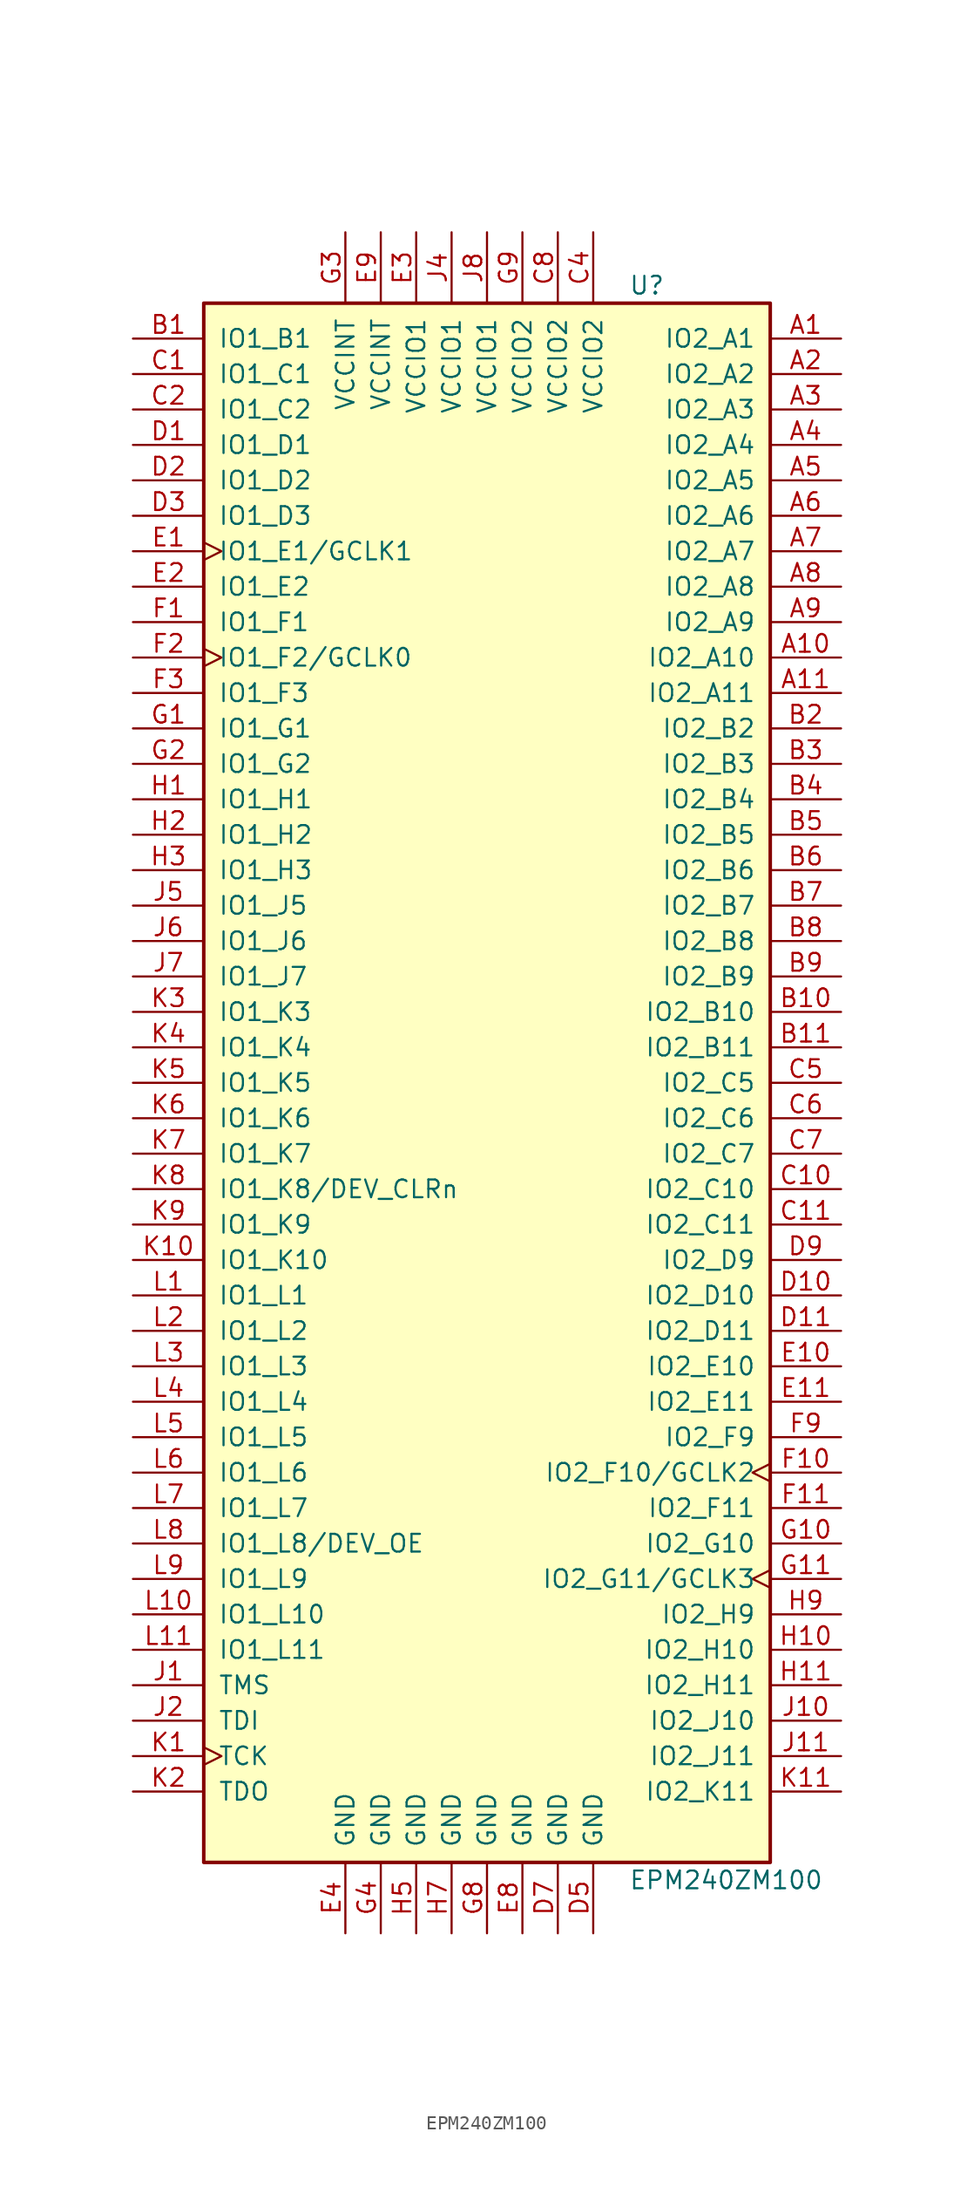
<source format=kicad_sym>
(kicad_symbol_lib
  (version 20241209)
  (generator "kicad_symbol_editor")
  (generator_version "9.0")
  (symbol "EPM240ZM100"
    (pin_names
      (offset 1.016))
    (property "Reference" "U"
      (at 10.16 57.15 0)
      (effects (font (size 1.27 1.27)) (justify left)))
    (property "Value" "EPM240ZM100"
      (at 10.16 -57.15 0)
      (effects (font (size 1.27 1.27)) (justify left)))
    (property "ki_locked" ""
      (at 0 0 0)
      (effects (font (size 1.27 1.27))))
    (symbol "EPM240ZM100_1_1"
      (rectangle (start -20.32 55.88) (end 20.32 -55.88) (stroke (width 0.254) (type default)) (fill (type background)))
      (pin bidirectional line (at -25.4 53.34 0) (length 5.08) (name "IO1_B1" (effects (font (size 1.27 1.27)))) (number "B1" (effects (font (size 1.27 1.27)))))
      (pin bidirectional line (at -25.4 50.8 0) (length 5.08) (name "IO1_C1" (effects (font (size 1.27 1.27)))) (number "C1" (effects (font (size 1.27 1.27)))))
      (pin bidirectional line (at -25.4 48.26 0) (length 5.08) (name "IO1_C2" (effects (font (size 1.27 1.27)))) (number "C2" (effects (font (size 1.27 1.27)))))
      (pin bidirectional line (at -25.4 45.72 0) (length 5.08) (name "IO1_D1" (effects (font (size 1.27 1.27)))) (number "D1" (effects (font (size 1.27 1.27)))))
      (pin bidirectional line (at -25.4 43.18 0) (length 5.08) (name "IO1_D2" (effects (font (size 1.27 1.27)))) (number "D2" (effects (font (size 1.27 1.27)))))
      (pin bidirectional line (at -25.4 40.64 0) (length 5.08) (name "IO1_D3" (effects (font (size 1.27 1.27)))) (number "D3" (effects (font (size 1.27 1.27)))))
      (pin bidirectional clock (at -25.4 38.1 0) (length 5.08) (name "IO1_E1/GCLK1" (effects (font (size 1.27 1.27)))) (number "E1" (effects (font (size 1.27 1.27)))))
      (pin bidirectional line (at -25.4 35.56 0) (length 5.08) (name "IO1_E2" (effects (font (size 1.27 1.27)))) (number "E2" (effects (font (size 1.27 1.27)))))
      (pin bidirectional line (at -25.4 33.02 0) (length 5.08) (name "IO1_F1" (effects (font (size 1.27 1.27)))) (number "F1" (effects (font (size 1.27 1.27)))))
      (pin bidirectional clock (at -25.4 30.48 0) (length 5.08) (name "IO1_F2/GCLK0" (effects (font (size 1.27 1.27)))) (number "F2" (effects (font (size 1.27 1.27)))))
      (pin bidirectional line (at -25.4 27.94 0) (length 5.08) (name "IO1_F3" (effects (font (size 1.27 1.27)))) (number "F3" (effects (font (size 1.27 1.27)))))
      (pin bidirectional line (at -25.4 25.4 0) (length 5.08) (name "IO1_G1" (effects (font (size 1.27 1.27)))) (number "G1" (effects (font (size 1.27 1.27)))))
      (pin bidirectional line (at -25.4 22.86 0) (length 5.08) (name "IO1_G2" (effects (font (size 1.27 1.27)))) (number "G2" (effects (font (size 1.27 1.27)))))
      (pin bidirectional line (at -25.4 20.32 0) (length 5.08) (name "IO1_H1" (effects (font (size 1.27 1.27)))) (number "H1" (effects (font (size 1.27 1.27)))))
      (pin bidirectional line (at -25.4 17.78 0) (length 5.08) (name "IO1_H2" (effects (font (size 1.27 1.27)))) (number "H2" (effects (font (size 1.27 1.27)))))
      (pin bidirectional line (at -25.4 15.24 0) (length 5.08) (name "IO1_H3" (effects (font (size 1.27 1.27)))) (number "H3" (effects (font (size 1.27 1.27)))))
      (pin bidirectional line (at -25.4 12.7 0) (length 5.08) (name "IO1_J5" (effects (font (size 1.27 1.27)))) (number "J5" (effects (font (size 1.27 1.27)))))
      (pin bidirectional line (at -25.4 10.16 0) (length 5.08) (name "IO1_J6" (effects (font (size 1.27 1.27)))) (number "J6" (effects (font (size 1.27 1.27)))))
      (pin bidirectional line (at -25.4 7.62 0) (length 5.08) (name "IO1_J7" (effects (font (size 1.27 1.27)))) (number "J7" (effects (font (size 1.27 1.27)))))
      (pin bidirectional line (at -25.4 5.08 0) (length 5.08) (name "IO1_K3" (effects (font (size 1.27 1.27)))) (number "K3" (effects (font (size 1.27 1.27)))))
      (pin bidirectional line (at -25.4 2.54 0) (length 5.08) (name "IO1_K4" (effects (font (size 1.27 1.27)))) (number "K4" (effects (font (size 1.27 1.27)))))
      (pin bidirectional line (at -25.4 0 0) (length 5.08) (name "IO1_K5" (effects (font (size 1.27 1.27)))) (number "K5" (effects (font (size 1.27 1.27)))))
      (pin bidirectional line (at -25.4 -2.54 0) (length 5.08) (name "IO1_K6" (effects (font (size 1.27 1.27)))) (number "K6" (effects (font (size 1.27 1.27)))))
      (pin bidirectional line (at -25.4 -5.08 0) (length 5.08) (name "IO1_K7" (effects (font (size 1.27 1.27)))) (number "K7" (effects (font (size 1.27 1.27)))))
      (pin bidirectional line (at -25.4 -7.62 0) (length 5.08) (name "IO1_K8/DEV_CLRn" (effects (font (size 1.27 1.27)))) (number "K8" (effects (font (size 1.27 1.27)))))
      (pin bidirectional line (at -25.4 -10.16 0) (length 5.08) (name "IO1_K9" (effects (font (size 1.27 1.27)))) (number "K9" (effects (font (size 1.27 1.27)))))
      (pin bidirectional line (at -25.4 -12.7 0) (length 5.08) (name "IO1_K10" (effects (font (size 1.27 1.27)))) (number "K10" (effects (font (size 1.27 1.27)))))
      (pin bidirectional line (at -25.4 -15.24 0) (length 5.08) (name "IO1_L1" (effects (font (size 1.27 1.27)))) (number "L1" (effects (font (size 1.27 1.27)))))
      (pin bidirectional line (at -25.4 -17.78 0) (length 5.08) (name "IO1_L2" (effects (font (size 1.27 1.27)))) (number "L2" (effects (font (size 1.27 1.27)))))
      (pin bidirectional line (at -25.4 -20.32 0) (length 5.08) (name "IO1_L3" (effects (font (size 1.27 1.27)))) (number "L3" (effects (font (size 1.27 1.27)))))
      (pin bidirectional line (at -25.4 -22.86 0) (length 5.08) (name "IO1_L4" (effects (font (size 1.27 1.27)))) (number "L4" (effects (font (size 1.27 1.27)))))
      (pin bidirectional line (at -25.4 -25.4 0) (length 5.08) (name "IO1_L5" (effects (font (size 1.27 1.27)))) (number "L5" (effects (font (size 1.27 1.27)))))
      (pin bidirectional line (at -25.4 -27.94 0) (length 5.08) (name "IO1_L6" (effects (font (size 1.27 1.27)))) (number "L6" (effects (font (size 1.27 1.27)))))
      (pin bidirectional line (at -25.4 -30.48 0) (length 5.08) (name "IO1_L7" (effects (font (size 1.27 1.27)))) (number "L7" (effects (font (size 1.27 1.27)))))
      (pin bidirectional line (at -25.4 -33.02 0) (length 5.08) (name "IO1_L8/DEV_OE" (effects (font (size 1.27 1.27)))) (number "L8" (effects (font (size 1.27 1.27)))))
      (pin bidirectional line (at -25.4 -35.56 0) (length 5.08) (name "IO1_L9" (effects (font (size 1.27 1.27)))) (number "L9" (effects (font (size 1.27 1.27)))))
      (pin bidirectional line (at -25.4 -38.1 0) (length 5.08) (name "IO1_L10" (effects (font (size 1.27 1.27)))) (number "L10" (effects (font (size 1.27 1.27)))))
      (pin bidirectional line (at -25.4 -40.64 0) (length 5.08) (name "IO1_L11" (effects (font (size 1.27 1.27)))) (number "L11" (effects (font (size 1.27 1.27)))))
      (pin input line (at -25.4 -43.18 0) (length 5.08) (name "TMS" (effects (font (size 1.27 1.27)))) (number "J1" (effects (font (size 1.27 1.27)))))
      (pin input line (at -25.4 -45.72 0) (length 5.08) (name "TDI" (effects (font (size 1.27 1.27)))) (number "J2" (effects (font (size 1.27 1.27)))))
      (pin input clock (at -25.4 -48.26 0) (length 5.08) (name "TCK" (effects (font (size 1.27 1.27)))) (number "K1" (effects (font (size 1.27 1.27)))))
      (pin output line (at -25.4 -50.8 0) (length 5.08) (name "TDO" (effects (font (size 1.27 1.27)))) (number "K2" (effects (font (size 1.27 1.27)))))
      (pin power_in line (at -10.16 60.96 270) (length 5.08) (name "VCCINT" (effects (font (size 1.27 1.27)))) (number "G3" (effects (font (size 1.27 1.27)))))
      (pin power_in line (at -10.16 -60.96 90) (length 5.08) (name "GND" (effects (font (size 1.27 1.27)))) (number "E4" (effects (font (size 1.27 1.27)))))
      (pin power_in line (at -7.62 60.96 270) (length 5.08) (name "VCCINT" (effects (font (size 1.27 1.27)))) (number "E9" (effects (font (size 1.27 1.27)))))
      (pin power_in line (at -7.62 -60.96 90) (length 5.08) (name "GND" (effects (font (size 1.27 1.27)))) (number "G4" (effects (font (size 1.27 1.27)))))
      (pin power_in line (at -5.08 60.96 270) (length 5.08) (name "VCCIO1" (effects (font (size 1.27 1.27)))) (number "E3" (effects (font (size 1.27 1.27)))))
      (pin power_in line (at -5.08 -60.96 90) (length 5.08) (name "GND" (effects (font (size 1.27 1.27)))) (number "H5" (effects (font (size 1.27 1.27)))))
      (pin power_in line (at -2.54 60.96 270) (length 5.08) (name "VCCIO1" (effects (font (size 1.27 1.27)))) (number "J4" (effects (font (size 1.27 1.27)))))
      (pin power_in line (at -2.54 -60.96 90) (length 5.08) (name "GND" (effects (font (size 1.27 1.27)))) (number "H7" (effects (font (size 1.27 1.27)))))
      (pin power_in line (at 0 60.96 270) (length 5.08) (name "VCCIO1" (effects (font (size 1.27 1.27)))) (number "J8" (effects (font (size 1.27 1.27)))))
      (pin power_in line (at 0 -60.96 90) (length 5.08) (name "GND" (effects (font (size 1.27 1.27)))) (number "G8" (effects (font (size 1.27 1.27)))))
      (pin power_in line (at 2.54 60.96 270) (length 5.08) (name "VCCIO2" (effects (font (size 1.27 1.27)))) (number "G9" (effects (font (size 1.27 1.27)))))
      (pin power_in line (at 2.54 -60.96 90) (length 5.08) (name "GND" (effects (font (size 1.27 1.27)))) (number "E8" (effects (font (size 1.27 1.27)))))
      (pin power_in line (at 5.08 60.96 270) (length 5.08) (name "VCCIO2" (effects (font (size 1.27 1.27)))) (number "C8" (effects (font (size 1.27 1.27)))))
      (pin power_in line (at 5.08 -60.96 90) (length 5.08) (name "GND" (effects (font (size 1.27 1.27)))) (number "D7" (effects (font (size 1.27 1.27)))))
      (pin power_in line (at 7.62 60.96 270) (length 5.08) (name "VCCIO2" (effects (font (size 1.27 1.27)))) (number "C4" (effects (font (size 1.27 1.27)))))
      (pin power_in line (at 7.62 -60.96 90) (length 5.08) (name "GND" (effects (font (size 1.27 1.27)))) (number "D5" (effects (font (size 1.27 1.27)))))
      (pin bidirectional line (at 25.4 53.34 180) (length 5.08) (name "IO2_A1" (effects (font (size 1.27 1.27)))) (number "A1" (effects (font (size 1.27 1.27)))))
      (pin bidirectional line (at 25.4 50.8 180) (length 5.08) (name "IO2_A2" (effects (font (size 1.27 1.27)))) (number "A2" (effects (font (size 1.27 1.27)))))
      (pin bidirectional line (at 25.4 48.26 180) (length 5.08) (name "IO2_A3" (effects (font (size 1.27 1.27)))) (number "A3" (effects (font (size 1.27 1.27)))))
      (pin bidirectional line (at 25.4 45.72 180) (length 5.08) (name "IO2_A4" (effects (font (size 1.27 1.27)))) (number "A4" (effects (font (size 1.27 1.27)))))
      (pin bidirectional line (at 25.4 43.18 180) (length 5.08) (name "IO2_A5" (effects (font (size 1.27 1.27)))) (number "A5" (effects (font (size 1.27 1.27)))))
      (pin bidirectional line (at 25.4 40.64 180) (length 5.08) (name "IO2_A6" (effects (font (size 1.27 1.27)))) (number "A6" (effects (font (size 1.27 1.27)))))
      (pin bidirectional line (at 25.4 38.1 180) (length 5.08) (name "IO2_A7" (effects (font (size 1.27 1.27)))) (number "A7" (effects (font (size 1.27 1.27)))))
      (pin bidirectional line (at 25.4 35.56 180) (length 5.08) (name "IO2_A8" (effects (font (size 1.27 1.27)))) (number "A8" (effects (font (size 1.27 1.27)))))
      (pin bidirectional line (at 25.4 33.02 180) (length 5.08) (name "IO2_A9" (effects (font (size 1.27 1.27)))) (number "A9" (effects (font (size 1.27 1.27)))))
      (pin bidirectional line (at 25.4 30.48 180) (length 5.08) (name "IO2_A10" (effects (font (size 1.27 1.27)))) (number "A10" (effects (font (size 1.27 1.27)))))
      (pin bidirectional line (at 25.4 27.94 180) (length 5.08) (name "IO2_A11" (effects (font (size 1.27 1.27)))) (number "A11" (effects (font (size 1.27 1.27)))))
      (pin bidirectional line (at 25.4 25.4 180) (length 5.08) (name "IO2_B2" (effects (font (size 1.27 1.27)))) (number "B2" (effects (font (size 1.27 1.27)))))
      (pin bidirectional line (at 25.4 22.86 180) (length 5.08) (name "IO2_B3" (effects (font (size 1.27 1.27)))) (number "B3" (effects (font (size 1.27 1.27)))))
      (pin bidirectional line (at 25.4 20.32 180) (length 5.08) (name "IO2_B4" (effects (font (size 1.27 1.27)))) (number "B4" (effects (font (size 1.27 1.27)))))
      (pin bidirectional line (at 25.4 17.78 180) (length 5.08) (name "IO2_B5" (effects (font (size 1.27 1.27)))) (number "B5" (effects (font (size 1.27 1.27)))))
      (pin bidirectional line (at 25.4 15.24 180) (length 5.08) (name "IO2_B6" (effects (font (size 1.27 1.27)))) (number "B6" (effects (font (size 1.27 1.27)))))
      (pin bidirectional line (at 25.4 12.7 180) (length 5.08) (name "IO2_B7" (effects (font (size 1.27 1.27)))) (number "B7" (effects (font (size 1.27 1.27)))))
      (pin bidirectional line (at 25.4 10.16 180) (length 5.08) (name "IO2_B8" (effects (font (size 1.27 1.27)))) (number "B8" (effects (font (size 1.27 1.27)))))
      (pin bidirectional line (at 25.4 7.62 180) (length 5.08) (name "IO2_B9" (effects (font (size 1.27 1.27)))) (number "B9" (effects (font (size 1.27 1.27)))))
      (pin bidirectional line (at 25.4 5.08 180) (length 5.08) (name "IO2_B10" (effects (font (size 1.27 1.27)))) (number "B10" (effects (font (size 1.27 1.27)))))
      (pin bidirectional line (at 25.4 2.54 180) (length 5.08) (name "IO2_B11" (effects (font (size 1.27 1.27)))) (number "B11" (effects (font (size 1.27 1.27)))))
      (pin bidirectional line (at 25.4 0 180) (length 5.08) (name "IO2_C5" (effects (font (size 1.27 1.27)))) (number "C5" (effects (font (size 1.27 1.27)))))
      (pin bidirectional line (at 25.4 -2.54 180) (length 5.08) (name "IO2_C6" (effects (font (size 1.27 1.27)))) (number "C6" (effects (font (size 1.27 1.27)))))
      (pin bidirectional line (at 25.4 -5.08 180) (length 5.08) (name "IO2_C7" (effects (font (size 1.27 1.27)))) (number "C7" (effects (font (size 1.27 1.27)))))
      (pin bidirectional line (at 25.4 -7.62 180) (length 5.08) (name "IO2_C10" (effects (font (size 1.27 1.27)))) (number "C10" (effects (font (size 1.27 1.27)))))
      (pin bidirectional line (at 25.4 -10.16 180) (length 5.08) (name "IO2_C11" (effects (font (size 1.27 1.27)))) (number "C11" (effects (font (size 1.27 1.27)))))
      (pin bidirectional line (at 25.4 -12.7 180) (length 5.08) (name "IO2_D9" (effects (font (size 1.27 1.27)))) (number "D9" (effects (font (size 1.27 1.27)))))
      (pin bidirectional line (at 25.4 -15.24 180) (length 5.08) (name "IO2_D10" (effects (font (size 1.27 1.27)))) (number "D10" (effects (font (size 1.27 1.27)))))
      (pin bidirectional line (at 25.4 -17.78 180) (length 5.08) (name "IO2_D11" (effects (font (size 1.27 1.27)))) (number "D11" (effects (font (size 1.27 1.27)))))
      (pin bidirectional line (at 25.4 -20.32 180) (length 5.08) (name "IO2_E10" (effects (font (size 1.27 1.27)))) (number "E10" (effects (font (size 1.27 1.27)))))
      (pin bidirectional line (at 25.4 -22.86 180) (length 5.08) (name "IO2_E11" (effects (font (size 1.27 1.27)))) (number "E11" (effects (font (size 1.27 1.27)))))
      (pin bidirectional line (at 25.4 -25.4 180) (length 5.08) (name "IO2_F9" (effects (font (size 1.27 1.27)))) (number "F9" (effects (font (size 1.27 1.27)))))
      (pin bidirectional clock (at 25.4 -27.94 180) (length 5.08) (name "IO2_F10/GCLK2" (effects (font (size 1.27 1.27)))) (number "F10" (effects (font (size 1.27 1.27)))))
      (pin bidirectional line (at 25.4 -30.48 180) (length 5.08) (name "IO2_F11" (effects (font (size 1.27 1.27)))) (number "F11" (effects (font (size 1.27 1.27)))))
      (pin bidirectional line (at 25.4 -33.02 180) (length 5.08) (name "IO2_G10" (effects (font (size 1.27 1.27)))) (number "G10" (effects (font (size 1.27 1.27)))))
      (pin bidirectional clock (at 25.4 -35.56 180) (length 5.08) (name "IO2_G11/GCLK3" (effects (font (size 1.27 1.27)))) (number "G11" (effects (font (size 1.27 1.27)))))
      (pin bidirectional line (at 25.4 -38.1 180) (length 5.08) (name "IO2_H9" (effects (font (size 1.27 1.27)))) (number "H9" (effects (font (size 1.27 1.27)))))
      (pin bidirectional line (at 25.4 -40.64 180) (length 5.08) (name "IO2_H10" (effects (font (size 1.27 1.27)))) (number "H10" (effects (font (size 1.27 1.27)))))
      (pin bidirectional line (at 25.4 -43.18 180) (length 5.08) (name "IO2_H11" (effects (font (size 1.27 1.27)))) (number "H11" (effects (font (size 1.27 1.27)))))
      (pin bidirectional line (at 25.4 -45.72 180) (length 5.08) (name "IO2_J10" (effects (font (size 1.27 1.27)))) (number "J10" (effects (font (size 1.27 1.27)))))
      (pin bidirectional line (at 25.4 -48.26 180) (length 5.08) (name "IO2_J11" (effects (font (size 1.27 1.27)))) (number "J11" (effects (font (size 1.27 1.27)))))
      (pin bidirectional line (at 25.4 -50.8 180) (length 5.08) (name "IO2_K11" (effects (font (size 1.27 1.27)))) (number "K11" (effects (font (size 1.27 1.27))))))))
</source>
